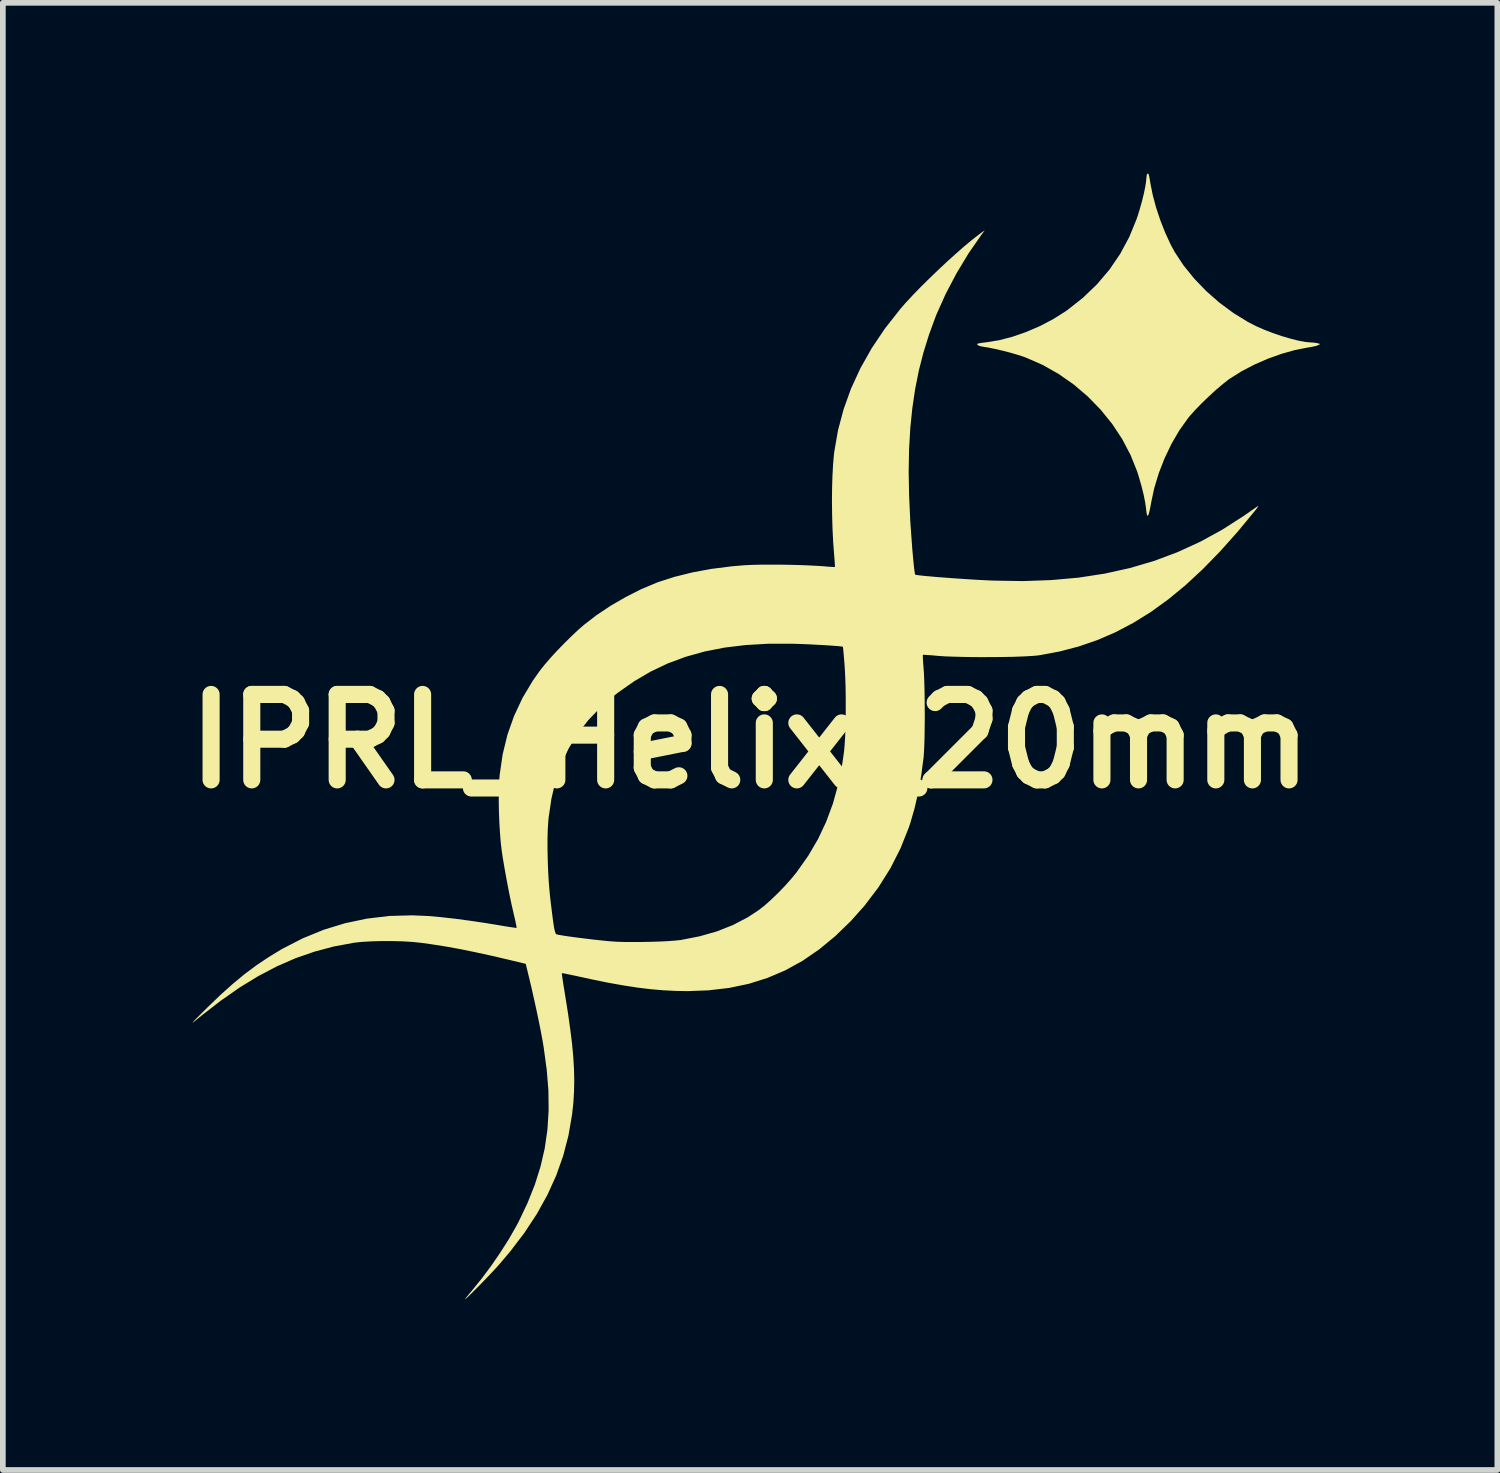
<source format=kicad_pcb>
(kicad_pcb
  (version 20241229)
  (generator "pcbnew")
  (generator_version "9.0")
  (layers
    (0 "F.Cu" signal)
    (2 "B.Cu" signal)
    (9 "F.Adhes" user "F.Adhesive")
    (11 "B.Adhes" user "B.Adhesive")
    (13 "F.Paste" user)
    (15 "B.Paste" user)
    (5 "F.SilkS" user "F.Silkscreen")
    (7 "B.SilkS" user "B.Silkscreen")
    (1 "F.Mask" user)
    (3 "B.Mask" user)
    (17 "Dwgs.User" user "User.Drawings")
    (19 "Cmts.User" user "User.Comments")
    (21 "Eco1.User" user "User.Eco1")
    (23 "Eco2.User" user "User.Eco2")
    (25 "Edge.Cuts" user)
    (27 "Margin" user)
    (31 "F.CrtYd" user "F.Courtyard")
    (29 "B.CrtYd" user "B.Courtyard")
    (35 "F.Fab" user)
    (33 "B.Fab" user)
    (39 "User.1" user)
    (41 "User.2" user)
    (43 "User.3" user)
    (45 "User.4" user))
  (footprint "IPRL_Helix_20mm"
    (layer "F.Cu")
    (at 10.121 9.966)
    (property "Reference" "IPRL_Helix_20mm" (at 0 0 0) (layer "F.SilkS") (effects (font (size 1.5 1.5) (thickness 0.3))))
    (attr board_only exclude_from_pos_files exclude_from_bom)
    (fp_poly (pts (xy 7.002 -9.946) (xy 7.01 -9.913) (xy 7.02 -9.857) (xy 7.031 -9.79) (xy 7.031 -9.79) (xy 7.072 -9.586) (xy 7.131 -9.367) (xy 7.206 -9.143) (xy 7.292 -8.925) (xy 7.385 -8.723) (xy 7.455 -8.593) (xy 7.612 -8.355) (xy 7.799 -8.124) (xy 8.011 -7.904) (xy 8.242 -7.701) (xy 8.488 -7.519) (xy 8.742 -7.363) (xy 8.885 -7.289) (xy 9.026 -7.227) (xy 9.178 -7.168) (xy 9.334 -7.115) (xy 9.487 -7.07) (xy 9.629 -7.034) (xy 9.753 -7.011) (xy 9.843 -7.003) (xy 9.904 -6.999) (xy 9.956 -6.991) (xy 9.968 -6.988) (xy 10.012 -6.975) (xy 9.973 -6.954) (xy 9.937 -6.941) (xy 9.878 -6.928) (xy 9.807 -6.915) (xy 9.796 -6.914) (xy 9.571 -6.87) (xy 9.333 -6.803) (xy 9.09 -6.716) (xy 8.852 -6.612) (xy 8.628 -6.495) (xy 8.428 -6.369) (xy 8.402 -6.351) (xy 8.299 -6.27) (xy 8.181 -6.17) (xy 8.057 -6.056) (xy 7.934 -5.938) (xy 7.82 -5.821) (xy 7.724 -5.714) (xy 7.687 -5.668) (xy 7.538 -5.459) (xy 7.401 -5.224) (xy 7.28 -4.971) (xy 7.177 -4.708) (xy 7.097 -4.443) (xy 7.049 -4.22) (xy 7.027 -4.102) (xy 7.009 -4.02) (xy 6.994 -3.972) (xy 6.981 -3.957) (xy 6.969 -3.976) (xy 6.96 -4.027) (xy 6.953 -4.089) (xy 6.937 -4.2) (xy 6.91 -4.334) (xy 6.873 -4.483) (xy 6.828 -4.639) (xy 6.798 -4.735) (xy 6.682 -5.025) (xy 6.535 -5.305) (xy 6.359 -5.572) (xy 6.156 -5.822) (xy 5.93 -6.054) (xy 5.684 -6.264) (xy 5.419 -6.449) (xy 5.14 -6.607) (xy 4.848 -6.735) (xy 4.779 -6.76) (xy 4.674 -6.793) (xy 4.552 -6.828) (xy 4.422 -6.861) (xy 4.295 -6.89) (xy 4.183 -6.913) (xy 4.112 -6.924) (xy 4.047 -6.936) (xy 4.004 -6.952) (xy 3.987 -6.97) (xy 3.991 -6.979) (xy 4.013 -6.986) (xy 4.062 -6.995) (xy 4.127 -7.003) (xy 4.147 -7.005) (xy 4.37 -7.041) (xy 4.606 -7.102) (xy 4.847 -7.186) (xy 5.088 -7.289) (xy 5.319 -7.41) (xy 5.534 -7.545) (xy 5.57 -7.57) (xy 5.845 -7.787) (xy 6.093 -8.025) (xy 6.311 -8.282) (xy 6.5 -8.559) (xy 6.658 -8.853) (xy 6.785 -9.163) (xy 6.807 -9.226) (xy 6.847 -9.357) (xy 6.884 -9.49) (xy 6.915 -9.617) (xy 6.939 -9.732) (xy 6.954 -9.828) (xy 6.96 -9.894) (xy 6.965 -9.94) (xy 6.977 -9.966) (xy 6.992 -9.966)) (stroke (width 0) (type solid)) (fill yes) (layer "F.SilkS"))
    (fp_poly (pts (xy 4.061 -8.891) (xy 3.836 -8.566) (xy 3.626 -8.218) (xy 3.437 -7.859) (xy 3.275 -7.498) (xy 3.252 -7.44) (xy 3.141 -7.136) (xy 3.045 -6.827) (xy 2.964 -6.511) (xy 2.899 -6.185) (xy 2.849 -5.847) (xy 2.813 -5.493) (xy 2.792 -5.121) (xy 2.785 -4.728) (xy 2.793 -4.311) (xy 2.813 -3.867) (xy 2.847 -3.394) (xy 2.859 -3.257) (xy 2.869 -3.154) (xy 2.878 -3.063) (xy 2.887 -2.991) (xy 2.894 -2.943) (xy 2.899 -2.925) (xy 2.92 -2.92) (xy 2.973 -2.913) (xy 3.053 -2.904) (xy 3.155 -2.895) (xy 3.275 -2.884) (xy 3.409 -2.874) (xy 3.552 -2.863) (xy 3.701 -2.853) (xy 3.85 -2.843) (xy 3.995 -2.834) (xy 4.133 -2.827) (xy 4.258 -2.821) (xy 4.266 -2.821) (xy 4.791 -2.812) (xy 5.292 -2.83) (xy 5.772 -2.873) (xy 6.232 -2.944) (xy 6.673 -3.042) (xy 7.098 -3.167) (xy 7.508 -3.321) (xy 7.905 -3.503) (xy 8.29 -3.714) (xy 8.665 -3.954) (xy 8.709 -3.985) (xy 8.783 -4.036) (xy 8.847 -4.081) (xy 8.895 -4.114) (xy 8.921 -4.131) (xy 8.923 -4.132) (xy 8.924 -4.127) (xy 8.906 -4.1) (xy 8.874 -4.057) (xy 8.561 -3.678) (xy 8.253 -3.333) (xy 7.949 -3.021) (xy 7.646 -2.74) (xy 7.342 -2.49) (xy 7.038 -2.27) (xy 6.73 -2.079) (xy 6.417 -1.914) (xy 6.099 -1.777) (xy 5.772 -1.664) (xy 5.435 -1.576) (xy 5.087 -1.511) (xy 5.065 -1.508) (xy 4.987 -1.5) (xy 4.879 -1.493) (xy 4.747 -1.487) (xy 4.595 -1.482) (xy 4.428 -1.479) (xy 4.254 -1.478) (xy 4.075 -1.477) (xy 3.899 -1.478) (xy 3.73 -1.481) (xy 3.574 -1.485) (xy 3.436 -1.49) (xy 3.321 -1.497) (xy 3.277 -1.501) (xy 3.19 -1.509) (xy 3.115 -1.514) (xy 3.062 -1.518) (xy 3.035 -1.518) (xy 3.034 -1.518) (xy 3.033 -1.499) (xy 3.035 -1.451) (xy 3.039 -1.382) (xy 3.046 -1.297) (xy 3.047 -1.281) (xy 3.054 -1.18) (xy 3.059 -1.052) (xy 3.063 -0.906) (xy 3.066 -0.745) (xy 3.067 -0.577) (xy 3.068 -0.407) (xy 3.066 -0.241) (xy 3.064 -0.085) (xy 3.06 0.055) (xy 3.055 0.173) (xy 3.049 0.264) (xy 3.047 0.285) (xy 3.004 0.61) (xy 2.951 0.907) (xy 2.888 1.18) (xy 2.814 1.436) (xy 2.785 1.522) (xy 2.64 1.885) (xy 2.463 2.233) (xy 2.253 2.567) (xy 2.011 2.886) (xy 1.77 3.157) (xy 1.494 3.424) (xy 1.211 3.657) (xy 0.92 3.857) (xy 0.618 4.023) (xy 0.304 4.157) (xy -0.024 4.26) (xy -0.368 4.332) (xy -0.729 4.374) (xy -1.095 4.388) (xy -1.311 4.384) (xy -1.527 4.373) (xy -1.747 4.354) (xy -1.978 4.326) (xy -2.223 4.288) (xy -2.488 4.241) (xy -2.777 4.182) (xy -3.024 4.128) (xy -3.118 4.108) (xy -3.199 4.091) (xy -3.261 4.079) (xy -3.297 4.073) (xy -3.305 4.073) (xy -3.304 4.092) (xy -3.298 4.14) (xy -3.287 4.213) (xy -3.273 4.306) (xy -3.255 4.413) (xy -3.249 4.451) (xy -3.199 4.764) (xy -3.159 5.046) (xy -3.127 5.302) (xy -3.105 5.537) (xy -3.092 5.753) (xy -3.087 5.956) (xy -3.091 6.149) (xy -3.102 6.337) (xy -3.122 6.524) (xy -3.126 6.559) (xy -3.189 6.924) (xy -3.281 7.278) (xy -3.404 7.625) (xy -3.558 7.965) (xy -3.744 8.3) (xy -3.963 8.633) (xy -4.216 8.965) (xy -4.41 9.193) (xy -4.465 9.254) (xy -4.529 9.323) (xy -4.6 9.398) (xy -4.674 9.475) (xy -4.748 9.551) (xy -4.819 9.622) (xy -4.882 9.686) (xy -4.936 9.739) (xy -4.977 9.777) (xy -5.001 9.797) (xy -5.004 9.795) (xy -5.001 9.79) (xy -4.977 9.76) (xy -4.938 9.712) (xy -4.891 9.655) (xy -4.875 9.637) (xy -4.709 9.431) (xy -4.543 9.208) (xy -4.384 8.976) (xy -4.237 8.745) (xy -4.11 8.523) (xy -4.063 8.435) (xy -3.907 8.107) (xy -3.779 7.786) (xy -3.679 7.467) (xy -3.605 7.146) (xy -3.558 6.819) (xy -3.537 6.483) (xy -3.541 6.133) (xy -3.571 5.765) (xy -3.624 5.376) (xy -3.641 5.273) (xy -3.67 5.116) (xy -3.706 4.935) (xy -3.747 4.738) (xy -3.792 4.534) (xy -3.837 4.334) (xy -3.881 4.147) (xy -3.882 4.144) (xy -3.939 3.909) (xy -4.234 3.838) (xy -4.547 3.765) (xy -4.832 3.703) (xy -5.096 3.649) (xy -5.346 3.604) (xy -5.587 3.566) (xy -5.776 3.54) (xy -5.926 3.524) (xy -6.098 3.514) (xy -6.282 3.509) (xy -6.469 3.509) (xy -6.649 3.514) (xy -6.814 3.523) (xy -6.954 3.538) (xy -6.969 3.541) (xy -7.314 3.605) (xy -7.65 3.695) (xy -7.981 3.81) (xy -8.309 3.953) (xy -8.635 4.124) (xy -8.964 4.325) (xy -9.297 4.558) (xy -9.638 4.822) (xy -9.701 4.874) (xy -9.748 4.912) (xy -9.778 4.936) (xy -9.79 4.943) (xy -9.782 4.932) (xy -9.754 4.901) (xy -9.704 4.85) (xy -9.631 4.777) (xy -9.534 4.681) (xy -9.532 4.678) (xy -9.303 4.458) (xy -9.087 4.264) (xy -8.878 4.091) (xy -8.669 3.935) (xy -8.454 3.791) (xy -8.229 3.654) (xy -8.211 3.644) (xy -7.855 3.461) (xy -7.489 3.311) (xy -7.113 3.196) (xy -6.728 3.115) (xy -6.335 3.068) (xy -5.935 3.057) (xy -5.651 3.069) (xy -5.437 3.088) (xy -5.194 3.115) (xy -4.931 3.15) (xy -4.653 3.191) (xy -4.415 3.23) (xy -4.315 3.247) (xy -4.227 3.261) (xy -4.158 3.271) (xy -4.114 3.277) (xy -4.099 3.277) (xy -4.101 3.259) (xy -4.11 3.213) (xy -4.124 3.145) (xy -4.143 3.063) (xy -4.146 3.051) (xy -4.189 2.862) (xy -4.232 2.656) (xy -4.273 2.442) (xy -4.311 2.232) (xy -4.344 2.037) (xy -4.362 1.913) (xy -4.365 1.886) (xy -3.557 1.886) (xy -3.553 2.079) (xy -3.546 2.276) (xy -3.535 2.469) (xy -3.52 2.648) (xy -3.508 2.764) (xy -3.488 2.93) (xy -3.471 3.065) (xy -3.457 3.171) (xy -3.445 3.252) (xy -3.434 3.31) (xy -3.424 3.35) (xy -3.414 3.375) (xy -3.404 3.388) (xy -3.4 3.39) (xy -3.374 3.397) (xy -3.318 3.407) (xy -3.238 3.42) (xy -3.138 3.434) (xy -3.026 3.449) (xy -2.905 3.464) (xy -2.783 3.479) (xy -2.664 3.492) (xy -2.553 3.504) (xy -2.457 3.513) (xy -2.447 3.514) (xy -2.339 3.521) (xy -2.206 3.525) (xy -2.057 3.526) (xy -1.899 3.525) (xy -1.739 3.522) (xy -1.584 3.517) (xy -1.442 3.51) (xy -1.319 3.501) (xy -1.224 3.491) (xy -1.21 3.489) (xy -0.884 3.425) (xy -0.583 3.339) (xy -0.304 3.229) (xy -0.046 3.095) (xy 0.148 2.968) (xy 0.25 2.889) (xy 0.364 2.788) (xy 0.485 2.672) (xy 0.606 2.547) (xy 0.718 2.422) (xy 0.816 2.303) (xy 0.823 2.293) (xy 1.023 2.009) (xy 1.194 1.717) (xy 1.337 1.413) (xy 1.455 1.094) (xy 1.549 0.755) (xy 1.62 0.392) (xy 1.65 0.184) (xy 1.66 0.074) (xy 1.669 -0.065) (xy 1.675 -0.226) (xy 1.679 -0.403) (xy 1.68 -0.589) (xy 1.68 -0.777) (xy 1.677 -0.96) (xy 1.671 -1.133) (xy 1.663 -1.287) (xy 1.657 -1.371) (xy 1.649 -1.467) (xy 1.642 -1.55) (xy 1.636 -1.613) (xy 1.632 -1.65) (xy 1.631 -1.658) (xy 1.611 -1.663) (xy 1.56 -1.669) (xy 1.483 -1.675) (xy 1.387 -1.682) (xy 1.276 -1.689) (xy 1.155 -1.695) (xy 1.029 -1.702) (xy 0.904 -1.707) (xy 0.784 -1.711) (xy 0.739 -1.712) (xy 0.317 -1.712) (xy -0.079 -1.689) (xy -0.451 -1.644) (xy -0.801 -1.575) (xy -1.133 -1.482) (xy -1.448 -1.365) (xy -1.748 -1.222) (xy -2.037 -1.052) (xy -2.316 -0.856) (xy -2.377 -0.809) (xy -2.625 -0.595) (xy -2.842 -0.369) (xy -3.028 -0.129) (xy -3.185 0.126) (xy -3.313 0.399) (xy -3.414 0.692) (xy -3.488 1.007) (xy -3.538 1.347) (xy -3.543 1.404) (xy -3.552 1.54) (xy -3.557 1.703) (xy -3.557 1.886) (xy -4.365 1.886) (xy -4.379 1.768) (xy -4.392 1.6) (xy -4.403 1.417) (xy -4.41 1.23) (xy -4.413 1.044) (xy -4.412 0.87) (xy -4.407 0.714) (xy -4.397 0.59) (xy -4.344 0.228) (xy -4.26 -0.116) (xy -4.144 -0.444) (xy -3.996 -0.76) (xy -3.815 -1.063) (xy -3.693 -1.236) (xy -3.609 -1.342) (xy -3.505 -1.463) (xy -3.386 -1.592) (xy -3.259 -1.723) (xy -3.131 -1.849) (xy -3.009 -1.964) (xy -2.919 -2.042) (xy -2.696 -2.214) (xy -2.447 -2.38) (xy -2.182 -2.533) (xy -1.912 -2.67) (xy -1.645 -2.782) (xy -1.612 -2.795) (xy -1.325 -2.887) (xy -1.011 -2.965) (xy -0.674 -3.027) (xy -0.319 -3.072) (xy -0.107 -3.09) (xy 0.015 -3.096) (xy 0.165 -3.1) (xy 0.335 -3.101) (xy 0.517 -3.101) (xy 0.704 -3.098) (xy 0.887 -3.093) (xy 1.059 -3.086) (xy 1.213 -3.078) (xy 1.299 -3.072) (xy 1.376 -3.065) (xy 1.439 -3.061) (xy 1.479 -3.059) (xy 1.49 -3.06) (xy 1.49 -3.078) (xy 1.488 -3.124) (xy 1.483 -3.192) (xy 1.477 -3.267) (xy 1.46 -3.489) (xy 1.448 -3.725) (xy 1.441 -3.967) (xy 1.438 -4.208) (xy 1.44 -4.442) (xy 1.447 -4.663) (xy 1.458 -4.863) (xy 1.473 -5.036) (xy 1.478 -5.077) (xy 1.544 -5.459) (xy 1.643 -5.831) (xy 1.774 -6.195) (xy 1.939 -6.552) (xy 2.137 -6.903) (xy 2.37 -7.249) (xy 2.639 -7.591) (xy 2.639 -7.592) (xy 2.741 -7.708) (xy 2.864 -7.84) (xy 3.002 -7.982) (xy 3.151 -8.129) (xy 3.306 -8.278) (xy 3.463 -8.425) (xy 3.617 -8.564) (xy 3.763 -8.692) (xy 3.897 -8.803) (xy 4.014 -8.894) (xy 4.058 -8.927) (xy 4.121 -8.971)) (stroke (width 0) (type solid)) (fill yes) (layer "F.SilkS")))
  (gr_rect
    (start -3 -3)
    (end 23.243 22.763)
    (stroke (width 0.1) (type default))
    (fill no)
    (layer "Edge.Cuts")))
</source>
